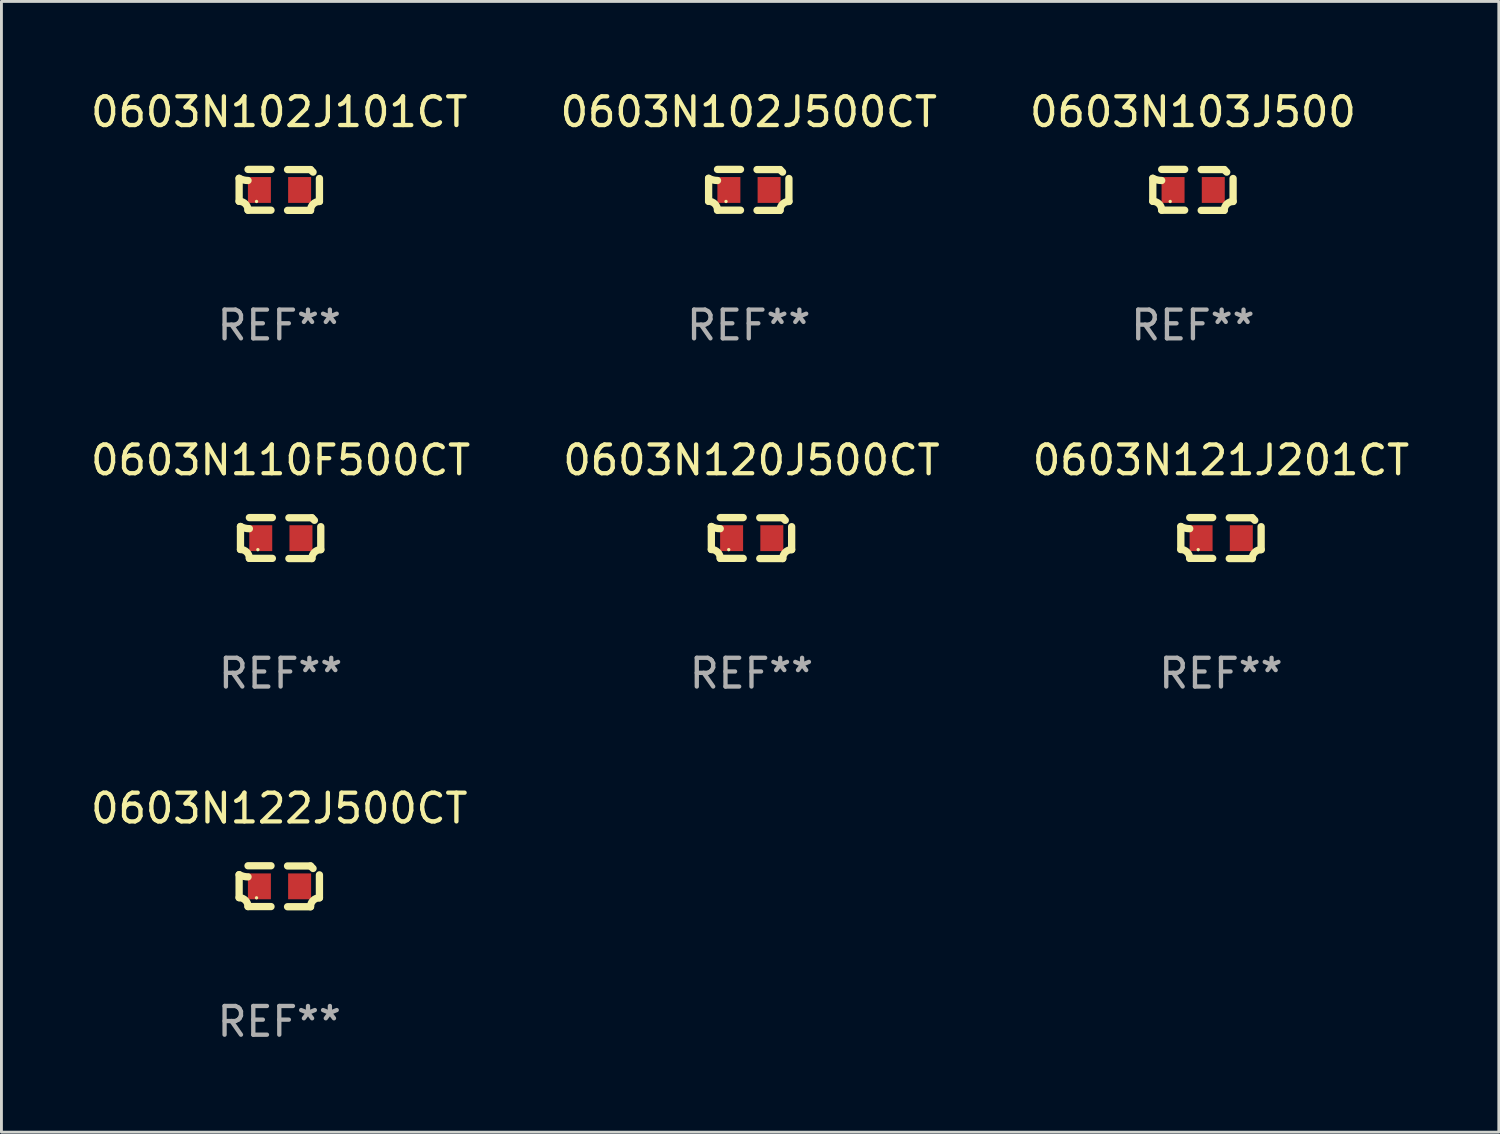
<source format=kicad_pcb>
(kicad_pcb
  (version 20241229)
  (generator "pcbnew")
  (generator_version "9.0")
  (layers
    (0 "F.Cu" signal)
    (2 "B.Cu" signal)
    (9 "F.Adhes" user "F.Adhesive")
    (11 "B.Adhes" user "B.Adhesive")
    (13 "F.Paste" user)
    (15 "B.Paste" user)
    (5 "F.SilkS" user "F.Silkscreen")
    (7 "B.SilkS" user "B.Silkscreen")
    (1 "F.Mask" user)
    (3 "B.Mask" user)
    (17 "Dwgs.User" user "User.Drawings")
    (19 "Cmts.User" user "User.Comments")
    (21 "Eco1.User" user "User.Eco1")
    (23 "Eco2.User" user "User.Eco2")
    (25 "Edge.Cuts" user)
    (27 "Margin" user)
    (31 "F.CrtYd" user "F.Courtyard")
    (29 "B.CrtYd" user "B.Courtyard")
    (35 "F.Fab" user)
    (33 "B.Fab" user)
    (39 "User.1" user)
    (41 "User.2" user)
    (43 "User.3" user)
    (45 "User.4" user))
  (footprint "0603N122J500CT"
    (layer "F.Cu")
    (at 6.673 27.805)
    (property "Reference" "0603N122J500CT" (at 0 -2.713 0) (layer "F.SilkS") (effects (font (size 1 1) (thickness 0.15))))
    (attr through_hole)
    (fp_line (start -1.398 -0.403) (end -1.398 0.397) (stroke (width 0.254) (type solid)) (layer "F.SilkS"))
    (fp_line (start -0.288 -0.713) (end -1.088 -0.713) (stroke (width 0.254) (type solid)) (layer "F.SilkS"))
    (fp_line (start -0.288 0.707) (end -1.088 0.707) (stroke (width 0.254) (type solid)) (layer "F.SilkS"))
    (fp_line (start 0.288 -0.707) (end 1.088 -0.707) (stroke (width 0.254) (type solid)) (layer "F.SilkS"))
    (fp_line (start 0.288 0.713) (end 1.088 0.713) (stroke (width 0.254) (type solid)) (layer "F.SilkS"))
    (fp_line (start 1.398 -0.397) (end 1.398 0.403) (stroke (width 0.254) (type solid)) (layer "F.SilkS"))
    (fp_arc (start -1.397789 0.397066) (mid -1.178701 0.487826) (end -1.08796 0.706922) (stroke (width 0.254001) (type solid)) (layer "F.SilkS"))
    (fp_arc (start -1.08796 -0.327176) (mid -1.247436 -0.346384) (end -1.39779 -0.402908) (stroke (width 0.254001) (type solid)) (layer "F.SilkS"))
    (fp_arc (start 1.087909 0.712738) (mid 1.178656 0.493655) (end 1.397739 0.402908) (stroke (width 0.254001) (type solid)) (layer "F.SilkS"))
    (fp_arc (start 1.175925 -0.618926) (mid 1.131917 -0.662923) (end 1.08791 -0.706922) (stroke (width 0.254001) (type solid)) (layer "F.SilkS"))
    (fp_circle (center -0.792 0.403) (end -0.762 0.403) (stroke (width 0.06) (type solid)) (fill no) (layer "F.SilkS"))
    (fp_text user "REF**" (at 0 4.713 0) (layer "F.Fab") (effects (font (size 1 1) (thickness 0.15))))
    (pad "1" smd rect (at -0.692 0.003) (size 0.8 0.9) (layers "F.Cu" "F.Mask" "F.Paste"))
    (pad "2" smd rect (at 0.708 0.003) (size 0.8 0.9) (layers "F.Cu" "F.Mask" "F.Paste")))
  (footprint "0603N120J500CT"
    (layer "F.Cu")
    (at 23.113 15.683)
    (property "Reference" "0603N120J500CT" (at 0 -2.713 0) (layer "F.SilkS") (effects (font (size 1 1) (thickness 0.15))))
    (attr through_hole)
    (fp_line (start -1.398 -0.403) (end -1.398 0.397) (stroke (width 0.254) (type solid)) (layer "F.SilkS"))
    (fp_line (start -0.288 -0.713) (end -1.088 -0.713) (stroke (width 0.254) (type solid)) (layer "F.SilkS"))
    (fp_line (start -0.288 0.707) (end -1.088 0.707) (stroke (width 0.254) (type solid)) (layer "F.SilkS"))
    (fp_line (start 0.288 -0.707) (end 1.088 -0.707) (stroke (width 0.254) (type solid)) (layer "F.SilkS"))
    (fp_line (start 0.288 0.713) (end 1.088 0.713) (stroke (width 0.254) (type solid)) (layer "F.SilkS"))
    (fp_line (start 1.398 -0.397) (end 1.398 0.403) (stroke (width 0.254) (type solid)) (layer "F.SilkS"))
    (fp_arc (start -1.397789 0.397066) (mid -1.178701 0.487826) (end -1.08796 0.706922) (stroke (width 0.254001) (type solid)) (layer "F.SilkS"))
    (fp_arc (start -1.08796 -0.327176) (mid -1.247436 -0.346384) (end -1.39779 -0.402908) (stroke (width 0.254001) (type solid)) (layer "F.SilkS"))
    (fp_arc (start 1.087909 0.712738) (mid 1.178656 0.493655) (end 1.397739 0.402908) (stroke (width 0.254001) (type solid)) (layer "F.SilkS"))
    (fp_arc (start 1.175925 -0.618926) (mid 1.131917 -0.662923) (end 1.08791 -0.706922) (stroke (width 0.254001) (type solid)) (layer "F.SilkS"))
    (fp_circle (center -0.792 0.403) (end -0.762 0.403) (stroke (width 0.06) (type solid)) (fill no) (layer "F.SilkS"))
    (fp_text user "REF**" (at 0 4.713 0) (layer "F.Fab") (effects (font (size 1 1) (thickness 0.15))))
    (pad "1" smd rect (at -0.692 0.003) (size 0.8 0.9) (layers "F.Cu" "F.Mask" "F.Paste"))
    (pad "2" smd rect (at 0.708 0.003) (size 0.8 0.9) (layers "F.Cu" "F.Mask" "F.Paste")))
  (footprint "0603N121J201CT"
    (layer "F.Cu")
    (at 39.458 15.683)
    (property "Reference" "0603N121J201CT" (at 0 -2.713 0) (layer "F.SilkS") (effects (font (size 1 1) (thickness 0.15))))
    (attr through_hole)
    (fp_line (start -1.398 -0.403) (end -1.398 0.397) (stroke (width 0.254) (type solid)) (layer "F.SilkS"))
    (fp_line (start -0.288 -0.713) (end -1.088 -0.713) (stroke (width 0.254) (type solid)) (layer "F.SilkS"))
    (fp_line (start -0.288 0.707) (end -1.088 0.707) (stroke (width 0.254) (type solid)) (layer "F.SilkS"))
    (fp_line (start 0.288 -0.707) (end 1.088 -0.707) (stroke (width 0.254) (type solid)) (layer "F.SilkS"))
    (fp_line (start 0.288 0.713) (end 1.088 0.713) (stroke (width 0.254) (type solid)) (layer "F.SilkS"))
    (fp_line (start 1.398 -0.397) (end 1.398 0.403) (stroke (width 0.254) (type solid)) (layer "F.SilkS"))
    (fp_arc (start -1.397789 0.397066) (mid -1.178701 0.487826) (end -1.08796 0.706922) (stroke (width 0.254001) (type solid)) (layer "F.SilkS"))
    (fp_arc (start -1.08796 -0.327176) (mid -1.247436 -0.346384) (end -1.39779 -0.402908) (stroke (width 0.254001) (type solid)) (layer "F.SilkS"))
    (fp_arc (start 1.087909 0.712738) (mid 1.178656 0.493655) (end 1.397739 0.402908) (stroke (width 0.254001) (type solid)) (layer "F.SilkS"))
    (fp_arc (start 1.175925 -0.618926) (mid 1.131917 -0.662923) (end 1.08791 -0.706922) (stroke (width 0.254001) (type solid)) (layer "F.SilkS"))
    (fp_circle (center -0.792 0.403) (end -0.762 0.403) (stroke (width 0.06) (type solid)) (fill no) (layer "F.SilkS"))
    (fp_text user "REF**" (at 0 4.713 0) (layer "F.Fab") (effects (font (size 1 1) (thickness 0.15))))
    (pad "1" smd rect (at -0.692 0.003) (size 0.8 0.9) (layers "F.Cu" "F.Mask" "F.Paste"))
    (pad "2" smd rect (at 0.708 0.003) (size 0.8 0.9) (layers "F.Cu" "F.Mask" "F.Paste")))
  (footprint "0603N102J500CT"
    (layer "F.Cu")
    (at 23.018 3.561)
    (property "Reference" "0603N102J500CT" (at 0 -2.713 0) (layer "F.SilkS") (effects (font (size 1 1) (thickness 0.15))))
    (attr through_hole)
    (fp_line (start -1.398 -0.403) (end -1.398 0.397) (stroke (width 0.254) (type solid)) (layer "F.SilkS"))
    (fp_line (start -0.288 -0.713) (end -1.088 -0.713) (stroke (width 0.254) (type solid)) (layer "F.SilkS"))
    (fp_line (start -0.288 0.707) (end -1.088 0.707) (stroke (width 0.254) (type solid)) (layer "F.SilkS"))
    (fp_line (start 0.288 -0.707) (end 1.088 -0.707) (stroke (width 0.254) (type solid)) (layer "F.SilkS"))
    (fp_line (start 0.288 0.713) (end 1.088 0.713) (stroke (width 0.254) (type solid)) (layer "F.SilkS"))
    (fp_line (start 1.398 -0.397) (end 1.398 0.403) (stroke (width 0.254) (type solid)) (layer "F.SilkS"))
    (fp_arc (start -1.397789 0.397066) (mid -1.178701 0.487826) (end -1.08796 0.706922) (stroke (width 0.254001) (type solid)) (layer "F.SilkS"))
    (fp_arc (start -1.08796 -0.327176) (mid -1.247436 -0.346384) (end -1.39779 -0.402908) (stroke (width 0.254001) (type solid)) (layer "F.SilkS"))
    (fp_arc (start 1.087909 0.712738) (mid 1.178656 0.493655) (end 1.397739 0.402908) (stroke (width 0.254001) (type solid)) (layer "F.SilkS"))
    (fp_arc (start 1.175925 -0.618926) (mid 1.131917 -0.662923) (end 1.08791 -0.706922) (stroke (width 0.254001) (type solid)) (layer "F.SilkS"))
    (fp_circle (center -0.792 0.403) (end -0.762 0.403) (stroke (width 0.06) (type solid)) (fill no) (layer "F.SilkS"))
    (fp_text user "REF**" (at 0 4.713 0) (layer "F.Fab") (effects (font (size 1 1) (thickness 0.15))))
    (pad "1" smd rect (at -0.692 0.003) (size 0.8 0.9) (layers "F.Cu" "F.Mask" "F.Paste"))
    (pad "2" smd rect (at 0.708 0.003) (size 0.8 0.9) (layers "F.Cu" "F.Mask" "F.Paste")))
  (footprint "0603N103J500"
    (layer "F.Cu")
    (at 38.482 3.561)
    (property "Reference" "0603N103J500" (at 0 -2.713 0) (layer "F.SilkS") (effects (font (size 1 1) (thickness 0.15))))
    (attr through_hole)
    (fp_line (start -1.398 -0.403) (end -1.398 0.397) (stroke (width 0.254) (type solid)) (layer "F.SilkS"))
    (fp_line (start -0.288 -0.713) (end -1.088 -0.713) (stroke (width 0.254) (type solid)) (layer "F.SilkS"))
    (fp_line (start -0.288 0.707) (end -1.088 0.707) (stroke (width 0.254) (type solid)) (layer "F.SilkS"))
    (fp_line (start 0.288 -0.707) (end 1.088 -0.707) (stroke (width 0.254) (type solid)) (layer "F.SilkS"))
    (fp_line (start 0.288 0.713) (end 1.088 0.713) (stroke (width 0.254) (type solid)) (layer "F.SilkS"))
    (fp_line (start 1.398 -0.397) (end 1.398 0.403) (stroke (width 0.254) (type solid)) (layer "F.SilkS"))
    (fp_arc (start -1.397789 0.397066) (mid -1.178701 0.487826) (end -1.08796 0.706922) (stroke (width 0.254001) (type solid)) (layer "F.SilkS"))
    (fp_arc (start -1.08796 -0.327176) (mid -1.247436 -0.346384) (end -1.39779 -0.402908) (stroke (width 0.254001) (type solid)) (layer "F.SilkS"))
    (fp_arc (start 1.087909 0.712738) (mid 1.178656 0.493655) (end 1.397739 0.402908) (stroke (width 0.254001) (type solid)) (layer "F.SilkS"))
    (fp_arc (start 1.175925 -0.618926) (mid 1.131917 -0.662923) (end 1.08791 -0.706922) (stroke (width 0.254001) (type solid)) (layer "F.SilkS"))
    (fp_circle (center -0.792 0.403) (end -0.762 0.403) (stroke (width 0.06) (type solid)) (fill no) (layer "F.SilkS"))
    (fp_text user "REF**" (at 0 4.713 0) (layer "F.Fab") (effects (font (size 1 1) (thickness 0.15))))
    (pad "1" smd rect (at -0.692 0.003) (size 0.8 0.9) (layers "F.Cu" "F.Mask" "F.Paste"))
    (pad "2" smd rect (at 0.708 0.003) (size 0.8 0.9) (layers "F.Cu" "F.Mask" "F.Paste")))
  (footprint "0603N102J101CT"
    (layer "F.Cu")
    (at 6.673 3.561)
    (property "Reference" "0603N102J101CT" (at 0 -2.713 0) (layer "F.SilkS") (effects (font (size 1 1) (thickness 0.15))))
    (attr through_hole)
    (fp_line (start -1.398 -0.403) (end -1.398 0.397) (stroke (width 0.254) (type solid)) (layer "F.SilkS"))
    (fp_line (start -0.288 -0.713) (end -1.088 -0.713) (stroke (width 0.254) (type solid)) (layer "F.SilkS"))
    (fp_line (start -0.288 0.707) (end -1.088 0.707) (stroke (width 0.254) (type solid)) (layer "F.SilkS"))
    (fp_line (start 0.288 -0.707) (end 1.088 -0.707) (stroke (width 0.254) (type solid)) (layer "F.SilkS"))
    (fp_line (start 0.288 0.713) (end 1.088 0.713) (stroke (width 0.254) (type solid)) (layer "F.SilkS"))
    (fp_line (start 1.398 -0.397) (end 1.398 0.403) (stroke (width 0.254) (type solid)) (layer "F.SilkS"))
    (fp_arc (start -1.397789 0.397066) (mid -1.178701 0.487826) (end -1.08796 0.706922) (stroke (width 0.254001) (type solid)) (layer "F.SilkS"))
    (fp_arc (start -1.08796 -0.327176) (mid -1.247436 -0.346384) (end -1.39779 -0.402908) (stroke (width 0.254001) (type solid)) (layer "F.SilkS"))
    (fp_arc (start 1.087909 0.712738) (mid 1.178656 0.493655) (end 1.397739 0.402908) (stroke (width 0.254001) (type solid)) (layer "F.SilkS"))
    (fp_arc (start 1.175925 -0.618926) (mid 1.131917 -0.662923) (end 1.08791 -0.706922) (stroke (width 0.254001) (type solid)) (layer "F.SilkS"))
    (fp_circle (center -0.792 0.403) (end -0.762 0.403) (stroke (width 0.06) (type solid)) (fill no) (layer "F.SilkS"))
    (fp_text user "REF**" (at 0 4.713 0) (layer "F.Fab") (effects (font (size 1 1) (thickness 0.15))))
    (pad "1" smd rect (at -0.692 0.003) (size 0.8 0.9) (layers "F.Cu" "F.Mask" "F.Paste"))
    (pad "2" smd rect (at 0.708 0.003) (size 0.8 0.9) (layers "F.Cu" "F.Mask" "F.Paste")))
  (footprint "0603N110F500CT"
    (layer "F.Cu")
    (at 6.72 15.683)
    (property "Reference" "0603N110F500CT" (at 0 -2.713 0) (layer "F.SilkS") (effects (font (size 1 1) (thickness 0.15))))
    (attr through_hole)
    (fp_line (start -1.398 -0.403) (end -1.398 0.397) (stroke (width 0.254) (type solid)) (layer "F.SilkS"))
    (fp_line (start -0.288 -0.713) (end -1.088 -0.713) (stroke (width 0.254) (type solid)) (layer "F.SilkS"))
    (fp_line (start -0.288 0.707) (end -1.088 0.707) (stroke (width 0.254) (type solid)) (layer "F.SilkS"))
    (fp_line (start 0.288 -0.707) (end 1.088 -0.707) (stroke (width 0.254) (type solid)) (layer "F.SilkS"))
    (fp_line (start 0.288 0.713) (end 1.088 0.713) (stroke (width 0.254) (type solid)) (layer "F.SilkS"))
    (fp_line (start 1.398 -0.397) (end 1.398 0.403) (stroke (width 0.254) (type solid)) (layer "F.SilkS"))
    (fp_arc (start -1.397789 0.397066) (mid -1.178701 0.487826) (end -1.08796 0.706922) (stroke (width 0.254001) (type solid)) (layer "F.SilkS"))
    (fp_arc (start -1.08796 -0.327176) (mid -1.247436 -0.346384) (end -1.39779 -0.402908) (stroke (width 0.254001) (type solid)) (layer "F.SilkS"))
    (fp_arc (start 1.087909 0.712738) (mid 1.178656 0.493655) (end 1.397739 0.402908) (stroke (width 0.254001) (type solid)) (layer "F.SilkS"))
    (fp_arc (start 1.175925 -0.618926) (mid 1.131917 -0.662923) (end 1.08791 -0.706922) (stroke (width 0.254001) (type solid)) (layer "F.SilkS"))
    (fp_circle (center -0.792 0.403) (end -0.762 0.403) (stroke (width 0.06) (type solid)) (fill no) (layer "F.SilkS"))
    (fp_text user "REF**" (at 0 4.713 0) (layer "F.Fab") (effects (font (size 1 1) (thickness 0.15))))
    (pad "1" smd rect (at -0.692 0.003) (size 0.8 0.9) (layers "F.Cu" "F.Mask" "F.Paste"))
    (pad "2" smd rect (at 0.708 0.003) (size 0.8 0.9) (layers "F.Cu" "F.Mask" "F.Paste")))
  (gr_rect
    (start -3 -3)
    (end 49.131 36.366)
    (stroke (width 0.1) (type default))
    (fill no)
    (layer "Edge.Cuts")))
</source>
